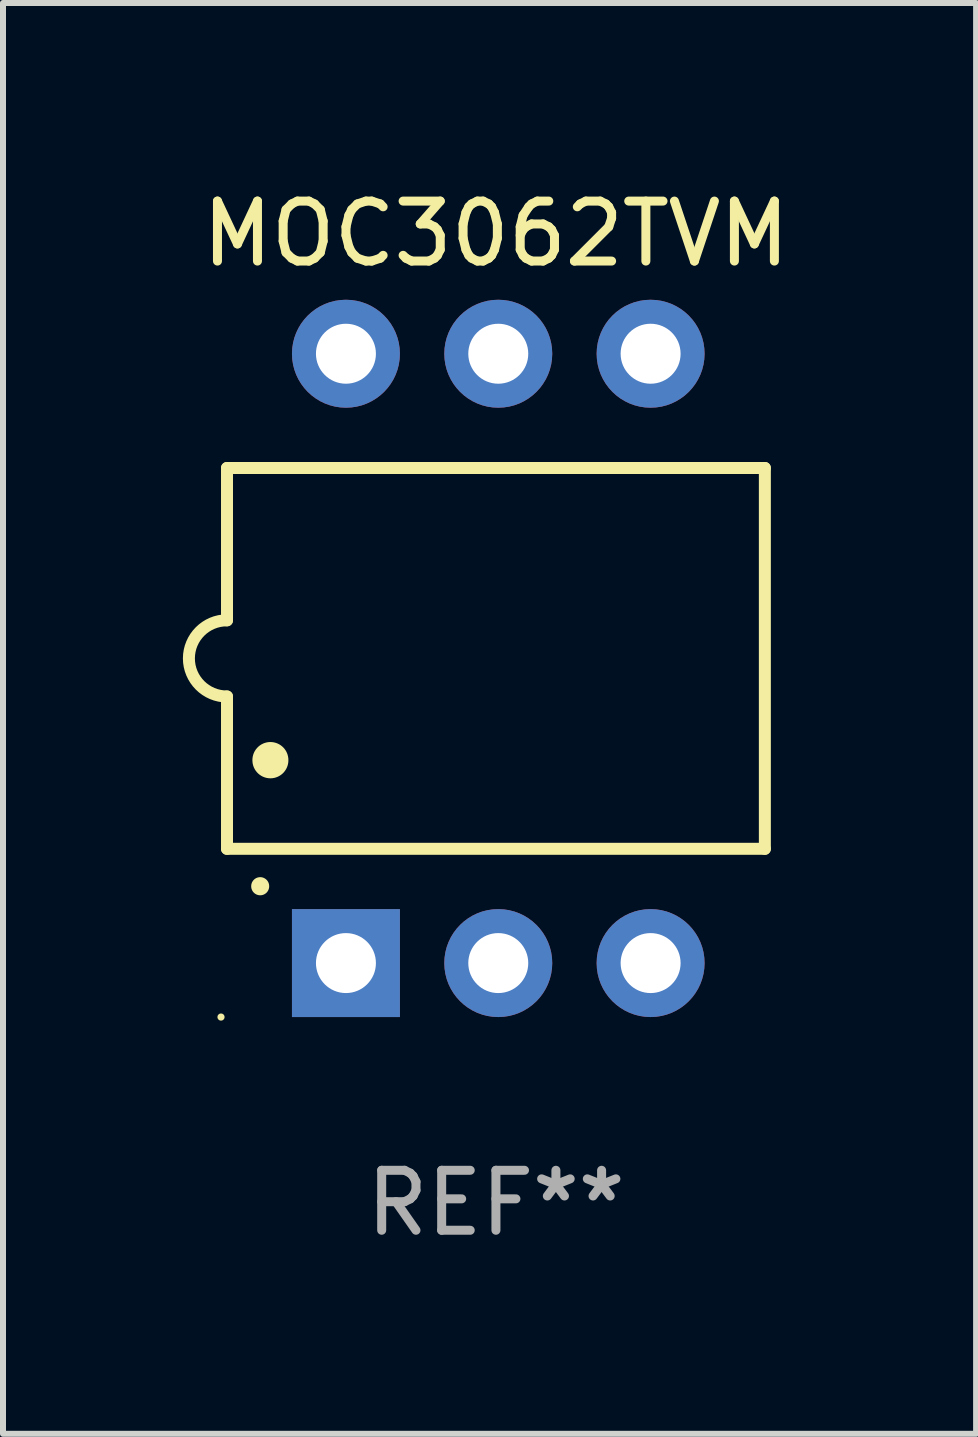
<source format=kicad_pcb>
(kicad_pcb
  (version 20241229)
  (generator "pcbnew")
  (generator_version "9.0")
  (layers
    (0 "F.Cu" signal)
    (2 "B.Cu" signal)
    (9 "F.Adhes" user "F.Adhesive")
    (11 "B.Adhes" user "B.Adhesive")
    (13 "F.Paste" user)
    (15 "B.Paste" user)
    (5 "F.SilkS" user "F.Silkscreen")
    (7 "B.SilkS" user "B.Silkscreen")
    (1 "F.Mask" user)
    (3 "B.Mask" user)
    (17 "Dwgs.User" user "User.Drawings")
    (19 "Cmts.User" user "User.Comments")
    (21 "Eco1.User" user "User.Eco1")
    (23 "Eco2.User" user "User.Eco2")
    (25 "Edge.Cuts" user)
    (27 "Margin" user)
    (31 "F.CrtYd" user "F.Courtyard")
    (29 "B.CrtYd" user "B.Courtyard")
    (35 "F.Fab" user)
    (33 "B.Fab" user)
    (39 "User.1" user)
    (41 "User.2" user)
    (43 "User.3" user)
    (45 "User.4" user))
  (footprint "MOC3062TVM"
    (layer "F.Cu")
    (at 5.219 7.928)
    (property "Reference" "MOC3062TVM" (at 0 -7.08 0) (layer "F.SilkS") (effects (font (size 1 1) (thickness 0.15))))
    (attr through_hole)
    (fp_line (start -4.484 -3.175) (end 4.484 -3.175) (stroke (width 0.2) (type solid)) (layer "F.SilkS"))
    (fp_line (start -4.484 -0.635) (end -4.484 -3.175) (stroke (width 0.2) (type solid)) (layer "F.SilkS"))
    (fp_line (start -4.484 0.635) (end -4.484 3.175) (stroke (width 0.2) (type solid)) (layer "F.SilkS"))
    (fp_line (start -4.484 3.175) (end 4.484 3.175) (stroke (width 0.2) (type solid)) (layer "F.SilkS"))
    (fp_line (start 4.484 -3.175) (end 4.484 3.175) (stroke (width 0.2) (type solid)) (layer "F.SilkS"))
    (fp_arc (start -4.484379 0.635001) (mid -5.11938 0) (end -4.484379 -0.635001) (stroke (width 0.2) (type solid)) (layer "F.SilkS"))
    (fp_arc (start -3.930658 3.799848) (mid -3.930663 3.798578) (end -3.930658 3.797308) (stroke (width 0.3) (type solid)) (layer "F.SilkS"))
    (fp_arc (start -3.760478 1.699263) (mid -3.760489 1.696723) (end -3.760478 1.694183) (stroke (width 0.6) (type solid)) (layer "F.SilkS"))
    (fp_circle (center -4.584 5.98) (end -4.554 5.98) (stroke (width 0.06) (type solid)) (fill no) (layer "F.SilkS"))
    (fp_text user "REF**" (at 0 9.08 0) (layer "F.Fab") (effects (font (size 1 1) (thickness 0.15))))
    (pad "1" thru_hole rect (at -2.501 5.08 90) (size 1.8 1.8) (drill 1) (layers "*.Cu" "*.Mask"))
    (pad "2" thru_hole circle (at 0.039 5.08) (size 1.8 1.8) (drill 1) (layers "*.Cu" "*.Mask"))
    (pad "3" thru_hole circle (at 2.579 5.08) (size 1.8 1.8) (drill 1) (layers "*.Cu" "*.Mask"))
    (pad "4" thru_hole circle (at 2.579 -5.08) (size 1.8 1.8) (drill 1) (layers "*.Cu" "*.Mask"))
    (pad "5" thru_hole circle (at 0.039 -5.08) (size 1.8 1.8) (drill 1) (layers "*.Cu" "*.Mask"))
    (pad "6" thru_hole circle (at -2.501 -5.08) (size 1.8 1.8) (drill 1) (layers "*.Cu" "*.Mask")))
  (gr_rect
    (start -3 -3)
    (end 13.225 20.857)
    (stroke (width 0.1) (type default))
    (fill no)
    (layer "Edge.Cuts")))
</source>
